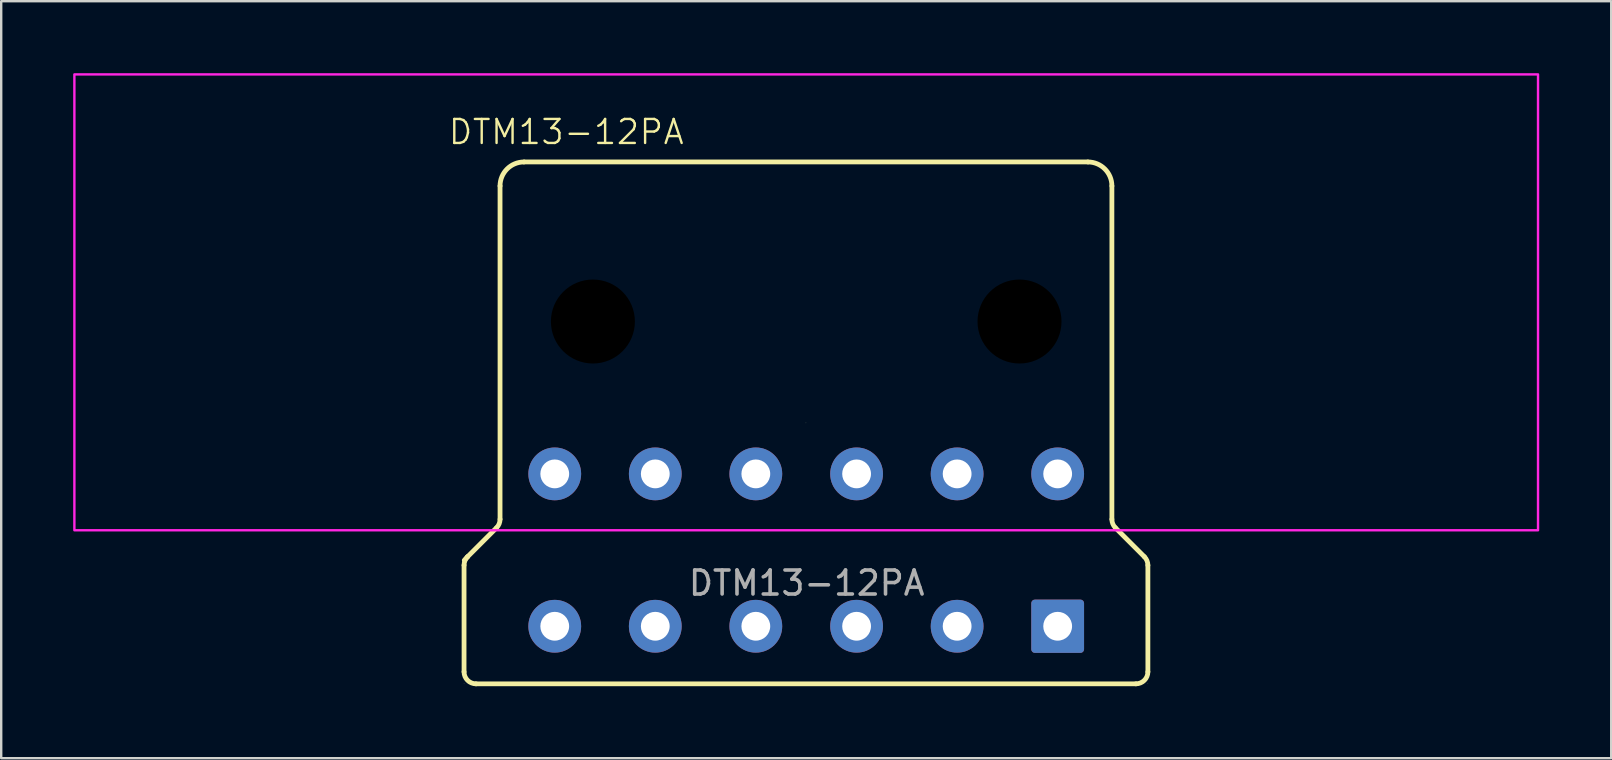
<source format=kicad_pcb>
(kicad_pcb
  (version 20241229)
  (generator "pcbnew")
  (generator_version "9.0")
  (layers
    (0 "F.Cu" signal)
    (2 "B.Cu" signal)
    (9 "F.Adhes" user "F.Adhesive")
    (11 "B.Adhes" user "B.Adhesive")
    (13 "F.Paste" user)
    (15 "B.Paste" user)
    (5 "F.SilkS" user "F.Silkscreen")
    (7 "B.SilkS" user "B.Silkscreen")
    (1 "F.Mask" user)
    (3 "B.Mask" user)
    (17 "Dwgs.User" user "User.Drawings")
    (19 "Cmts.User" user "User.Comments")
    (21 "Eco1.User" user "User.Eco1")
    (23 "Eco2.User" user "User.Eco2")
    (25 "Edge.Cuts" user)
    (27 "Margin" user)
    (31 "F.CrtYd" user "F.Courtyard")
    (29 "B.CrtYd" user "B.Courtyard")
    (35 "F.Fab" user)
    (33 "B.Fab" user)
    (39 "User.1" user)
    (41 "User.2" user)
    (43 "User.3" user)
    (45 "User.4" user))
  (footprint "DTM13-12PA"
    (layer "F.Cu")
    (at 30.55 23.05)
    (property "Reference" "DTM13-12PA" (at -10 -20.6 0) (unlocked yes) (layer "F.SilkS") (effects (font (size 1 1) (thickness 0.1))))
    (attr exclude_from_pos_files exclude_from_bom)
    (fp_line (start -14.26 -2.543) (end -14.26 1.9) (stroke (width 0.2) (type default)) (layer "F.SilkS"))
    (fp_line (start -14.114 -2.896) (end -14.25 -2.75) (stroke (width 0.2) (type default)) (layer "F.SilkS"))
    (fp_line (start -13.76 2.4) (end 13.74 2.4) (stroke (width 0.2) (type default)) (layer "F.SilkS"))
    (fp_line (start -12.906 -4.104) (end -14.114 -2.896) (stroke (width 0.2) (type default)) (layer "F.SilkS"))
    (fp_line (start -12.76 -18.35) (end -12.76 -4.457) (stroke (width 0.2) (type default)) (layer "F.SilkS"))
    (fp_line (start 11.74 -19.35) (end -11.76 -19.35) (stroke (width 0.2) (type default)) (layer "F.SilkS"))
    (fp_line (start 12.74 -4.457) (end 12.74 -18.35) (stroke (width 0.2) (type default)) (layer "F.SilkS"))
    (fp_line (start 14.094 -2.896) (end 12.886 -4.104) (stroke (width 0.2) (type default)) (layer "F.SilkS"))
    (fp_line (start 14.24 1.9) (end 14.24 -2.543) (stroke (width 0.2) (type default)) (layer "F.SilkS"))
    (fp_arc (start -14.26 -2.542894) (mid -14.22194 -2.734234) (end -14.113555 -2.896445) (stroke (width 0.2) (type default)) (layer "F.SilkS"))
    (fp_arc (start -13.759999 2.4) (mid -14.113553 2.253553) (end -14.26 1.899999) (stroke (width 0.2) (type default)) (layer "F.SilkS"))
    (fp_arc (start -12.76 -18.350001) (mid -12.467107 -19.057107) (end -11.760001 -19.35) (stroke (width 0.2) (type default)) (layer "F.SilkS"))
    (fp_arc (start -12.76 -4.457106) (mid -12.79806 -4.265766) (end -12.906444 -4.103556) (stroke (width 0.2) (type default)) (layer "F.SilkS"))
    (fp_arc (start 11.74 -19.35) (mid 12.447107 -19.057107) (end 12.74 -18.35) (stroke (width 0.2) (type default)) (layer "F.SilkS"))
    (fp_arc (start 12.88645 -4.10355) (mid 12.778063 -4.265763) (end 12.74 -4.457107) (stroke (width 0.2) (type default)) (layer "F.SilkS"))
    (fp_arc (start 14.09355 -2.89645) (mid 14.201937 -2.734237) (end 14.24 -2.542893) (stroke (width 0.2) (type default)) (layer "F.SilkS"))
    (fp_arc (start 14.24 1.9) (mid 14.093553 2.253553) (end 13.74 2.4) (stroke (width 0.2) (type default)) (layer "F.SilkS"))
    (fp_circle (center -14.26 -2.75) (end -14.25 -2.75) (stroke (width 0.0001) (type default)) (fill yes) (layer "F.SilkS"))
    (fp_circle (center -14.26 2.4) (end -14.25 2.4) (stroke (width 0.0001) (type default)) (fill yes) (layer "F.SilkS"))
    (fp_circle (center -0.01 -8.475) (end 0 -8.475) (stroke (width 0.0001) (type default)) (fill yes) (layer "F.SilkS"))
    (fp_circle (center 14.24 -2.75) (end 14.25 -2.75) (stroke (width 0.0001) (type default)) (fill yes) (layer "F.SilkS"))
    (fp_circle (center 14.24 2.4) (end 14.25 2.4) (stroke (width 0.0001) (type default)) (fill yes) (layer "F.SilkS"))
    (fp_rect (start -30.5 -23) (end 30.5 -4) (stroke (width 0.1) (type solid)) (fill no) (layer "F.CrtYd"))
    (fp_text user "${REFERENCE}" (at 0.02 -1.8 0) (unlocked yes) (layer "F.Fab") (effects (font (size 1 1) (thickness 0.15))))
    (pad "" np_thru_hole circle (at -8.89 -12.7) (size 3.5 3.5) (drill 3.5) (layers "*.Mask"))
    (pad "" np_thru_hole circle (at 8.89 -12.7) (size 3.5 3.5) (drill 3.5) (layers "*.Mask"))
    (pad "1" thru_hole roundrect (at 10.48 0) (size 2.2 2.22) (drill 1.2) (layers "*.Cu" "*.Mask") (roundrect_rratio 0.068))
    (pad "2" thru_hole circle (at 6.29 0) (size 2.2 2.2) (drill 1.2) (layers "*.Cu" "*.Mask"))
    (pad "3" thru_hole circle (at 2.1 0) (size 2.2 2.2) (drill 1.2) (layers "*.Cu" "*.Mask"))
    (pad "4" thru_hole circle (at -2.1 0) (size 2.2 2.2) (drill 1.2) (layers "*.Cu" "*.Mask"))
    (pad "5" thru_hole circle (at -6.29 0) (size 2.2 2.2) (drill 1.2) (layers "*.Cu" "*.Mask"))
    (pad "6" thru_hole circle (at -10.48 0) (size 2.2 2.2) (drill 1.2) (layers "*.Cu" "*.Mask"))
    (pad "7" thru_hole circle (at -10.48 -6.35) (size 2.2 2.2) (drill 1.2) (layers "*.Cu" "*.Mask"))
    (pad "8" thru_hole circle (at -6.29 -6.35) (size 2.2 2.2) (drill 1.2) (layers "*.Cu" "*.Mask"))
    (pad "9" thru_hole circle (at -2.1 -6.35) (size 2.2 2.2) (drill 1.2) (layers "*.Cu" "*.Mask"))
    (pad "10" thru_hole circle (at 2.1 -6.35) (size 2.2 2.2) (drill 1.2) (layers "*.Cu" "*.Mask"))
    (pad "11" thru_hole circle (at 6.29 -6.35) (size 2.2 2.2) (drill 1.2) (layers "*.Cu" "*.Mask"))
    (pad "12" thru_hole circle (at 10.48 -6.35) (size 2.2 2.2) (drill 1.2) (layers "*.Cu" "*.Mask")))
  (gr_rect
    (start -3 -3)
    (end 64.1 28.55)
    (stroke (width 0.1) (type default))
    (fill no)
    (layer "Edge.Cuts")))
</source>
